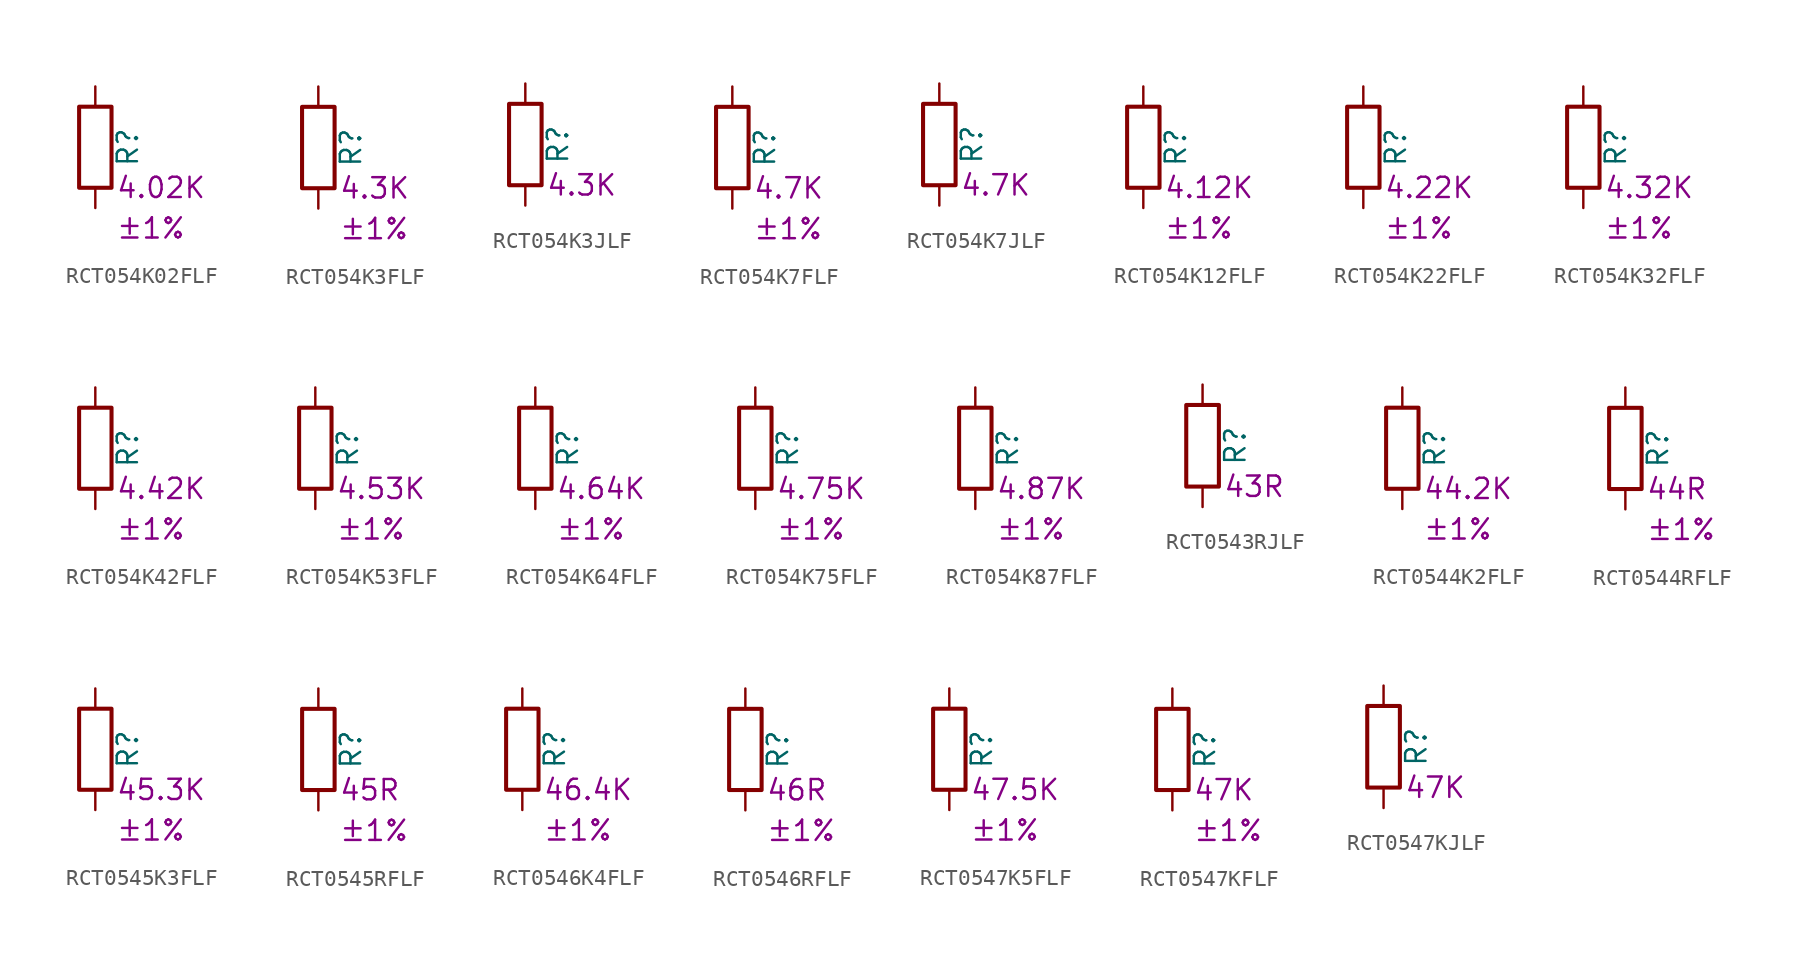
<source format=kicad_sym>
(kicad_symbol_lib
  (version 20220914)
  (generator kicad_symbol_editor)
  (symbol "RCT054K02FLF"
    (pin_numbers hide)
    (pin_names
      (offset 0))
    (property "Reference" "R"
      (at 2.032 0 90)
      (effects (font (size 1.27 1.27))))
    (property "Resistance" "4.02K"
      (at 1.27 -2.54 0)
      (effects (font (size 1.27 1.27)) (justify left)))
    (property "Tolerance" "±1%"
      (at 1.27 -5.08 0)
      (effects (font (size 1.27 1.27)) (justify left)))
    (symbol "RCT054K02FLF_0_1"
      (rectangle (start -1.016 -2.54) (end 1.016 2.54) (stroke (width 0.254) (type default)) (fill (type none))))
    (symbol "RCT054K02FLF_1_1"
      (pin passive line (at 0 3.81 270) (length 1.27) (name "~" (effects (font (size 1.27 1.27)))) (number "1" (effects (font (size 1.27 1.27)))))
      (pin passive line (at 0 -3.81 90) (length 1.27) (name "~" (effects (font (size 1.27 1.27)))) (number "2" (effects (font (size 1.27 1.27)))))))
  (symbol "RCT054K3FLF"
    (pin_numbers hide)
    (pin_names
      (offset 0))
    (property "Reference" "R"
      (at 2.032 0 90)
      (effects (font (size 1.27 1.27))))
    (property "Resistance" "4.3K"
      (at 1.27 -2.54 0)
      (effects (font (size 1.27 1.27)) (justify left)))
    (property "Tolerance" "±1%"
      (at 1.27 -5.08 0)
      (effects (font (size 1.27 1.27)) (justify left)))
    (symbol "RCT054K3FLF_0_1"
      (rectangle (start -1.016 -2.54) (end 1.016 2.54) (stroke (width 0.254) (type default)) (fill (type none))))
    (symbol "RCT054K3FLF_1_1"
      (pin passive line (at 0 3.81 270) (length 1.27) (name "~" (effects (font (size 1.27 1.27)))) (number "1" (effects (font (size 1.27 1.27)))))
      (pin passive line (at 0 -3.81 90) (length 1.27) (name "~" (effects (font (size 1.27 1.27)))) (number "2" (effects (font (size 1.27 1.27)))))))
  (symbol "RCT054K3JLF"
    (pin_numbers hide)
    (pin_names
      (offset 0))
    (property "Reference" "R"
      (at 2.032 0 90)
      (effects (font (size 1.27 1.27))))
    (property "Resistance" "4.3K"
      (at 1.27 -2.54 0)
      (effects (font (size 1.27 1.27)) (justify left)))
    (symbol "RCT054K3JLF_0_1"
      (rectangle (start -1.016 -2.54) (end 1.016 2.54) (stroke (width 0.254) (type default)) (fill (type none))))
    (symbol "RCT054K3JLF_1_1"
      (pin passive line (at 0 3.81 270) (length 1.27) (name "~" (effects (font (size 1.27 1.27)))) (number "1" (effects (font (size 1.27 1.27)))))
      (pin passive line (at 0 -3.81 90) (length 1.27) (name "~" (effects (font (size 1.27 1.27)))) (number "2" (effects (font (size 1.27 1.27)))))))
  (symbol "RCT054K7FLF"
    (pin_numbers hide)
    (pin_names
      (offset 0))
    (property "Reference" "R"
      (at 2.032 0 90)
      (effects (font (size 1.27 1.27))))
    (property "Resistance" "4.7K"
      (at 1.27 -2.54 0)
      (effects (font (size 1.27 1.27)) (justify left)))
    (property "Tolerance" "±1%"
      (at 1.27 -5.08 0)
      (effects (font (size 1.27 1.27)) (justify left)))
    (symbol "RCT054K7FLF_0_1"
      (rectangle (start -1.016 -2.54) (end 1.016 2.54) (stroke (width 0.254) (type default)) (fill (type none))))
    (symbol "RCT054K7FLF_1_1"
      (pin passive line (at 0 3.81 270) (length 1.27) (name "~" (effects (font (size 1.27 1.27)))) (number "1" (effects (font (size 1.27 1.27)))))
      (pin passive line (at 0 -3.81 90) (length 1.27) (name "~" (effects (font (size 1.27 1.27)))) (number "2" (effects (font (size 1.27 1.27)))))))
  (symbol "RCT054K7JLF"
    (pin_numbers hide)
    (pin_names
      (offset 0))
    (property "Reference" "R"
      (at 2.032 0 90)
      (effects (font (size 1.27 1.27))))
    (property "Resistance" "4.7K"
      (at 1.27 -2.54 0)
      (effects (font (size 1.27 1.27)) (justify left)))
    (symbol "RCT054K7JLF_0_1"
      (rectangle (start -1.016 -2.54) (end 1.016 2.54) (stroke (width 0.254) (type default)) (fill (type none))))
    (symbol "RCT054K7JLF_1_1"
      (pin passive line (at 0 3.81 270) (length 1.27) (name "~" (effects (font (size 1.27 1.27)))) (number "1" (effects (font (size 1.27 1.27)))))
      (pin passive line (at 0 -3.81 90) (length 1.27) (name "~" (effects (font (size 1.27 1.27)))) (number "2" (effects (font (size 1.27 1.27)))))))
  (symbol "RCT054K12FLF"
    (pin_numbers hide)
    (pin_names
      (offset 0))
    (property "Reference" "R"
      (at 2.032 0 90)
      (effects (font (size 1.27 1.27))))
    (property "Resistance" "4.12K"
      (at 1.27 -2.54 0)
      (effects (font (size 1.27 1.27)) (justify left)))
    (property "Tolerance" "±1%"
      (at 1.27 -5.08 0)
      (effects (font (size 1.27 1.27)) (justify left)))
    (symbol "RCT054K12FLF_0_1"
      (rectangle (start -1.016 -2.54) (end 1.016 2.54) (stroke (width 0.254) (type default)) (fill (type none))))
    (symbol "RCT054K12FLF_1_1"
      (pin passive line (at 0 3.81 270) (length 1.27) (name "~" (effects (font (size 1.27 1.27)))) (number "1" (effects (font (size 1.27 1.27)))))
      (pin passive line (at 0 -3.81 90) (length 1.27) (name "~" (effects (font (size 1.27 1.27)))) (number "2" (effects (font (size 1.27 1.27)))))))
  (symbol "RCT054K22FLF"
    (pin_numbers hide)
    (pin_names
      (offset 0))
    (property "Reference" "R"
      (at 2.032 0 90)
      (effects (font (size 1.27 1.27))))
    (property "Resistance" "4.22K"
      (at 1.27 -2.54 0)
      (effects (font (size 1.27 1.27)) (justify left)))
    (property "Tolerance" "±1%"
      (at 1.27 -5.08 0)
      (effects (font (size 1.27 1.27)) (justify left)))
    (symbol "RCT054K22FLF_0_1"
      (rectangle (start -1.016 -2.54) (end 1.016 2.54) (stroke (width 0.254) (type default)) (fill (type none))))
    (symbol "RCT054K22FLF_1_1"
      (pin passive line (at 0 3.81 270) (length 1.27) (name "~" (effects (font (size 1.27 1.27)))) (number "1" (effects (font (size 1.27 1.27)))))
      (pin passive line (at 0 -3.81 90) (length 1.27) (name "~" (effects (font (size 1.27 1.27)))) (number "2" (effects (font (size 1.27 1.27)))))))
  (symbol "RCT054K32FLF"
    (pin_numbers hide)
    (pin_names
      (offset 0))
    (property "Reference" "R"
      (at 2.032 0 90)
      (effects (font (size 1.27 1.27))))
    (property "Resistance" "4.32K"
      (at 1.27 -2.54 0)
      (effects (font (size 1.27 1.27)) (justify left)))
    (property "Tolerance" "±1%"
      (at 1.27 -5.08 0)
      (effects (font (size 1.27 1.27)) (justify left)))
    (symbol "RCT054K32FLF_0_1"
      (rectangle (start -1.016 -2.54) (end 1.016 2.54) (stroke (width 0.254) (type default)) (fill (type none))))
    (symbol "RCT054K32FLF_1_1"
      (pin passive line (at 0 3.81 270) (length 1.27) (name "~" (effects (font (size 1.27 1.27)))) (number "1" (effects (font (size 1.27 1.27)))))
      (pin passive line (at 0 -3.81 90) (length 1.27) (name "~" (effects (font (size 1.27 1.27)))) (number "2" (effects (font (size 1.27 1.27)))))))
  (symbol "RCT054K42FLF"
    (pin_numbers hide)
    (pin_names
      (offset 0))
    (property "Reference" "R"
      (at 2.032 0 90)
      (effects (font (size 1.27 1.27))))
    (property "Resistance" "4.42K"
      (at 1.27 -2.54 0)
      (effects (font (size 1.27 1.27)) (justify left)))
    (property "Tolerance" "±1%"
      (at 1.27 -5.08 0)
      (effects (font (size 1.27 1.27)) (justify left)))
    (symbol "RCT054K42FLF_0_1"
      (rectangle (start -1.016 -2.54) (end 1.016 2.54) (stroke (width 0.254) (type default)) (fill (type none))))
    (symbol "RCT054K42FLF_1_1"
      (pin passive line (at 0 3.81 270) (length 1.27) (name "~" (effects (font (size 1.27 1.27)))) (number "1" (effects (font (size 1.27 1.27)))))
      (pin passive line (at 0 -3.81 90) (length 1.27) (name "~" (effects (font (size 1.27 1.27)))) (number "2" (effects (font (size 1.27 1.27)))))))
  (symbol "RCT054K53FLF"
    (pin_numbers hide)
    (pin_names
      (offset 0))
    (property "Reference" "R"
      (at 2.032 0 90)
      (effects (font (size 1.27 1.27))))
    (property "Resistance" "4.53K"
      (at 1.27 -2.54 0)
      (effects (font (size 1.27 1.27)) (justify left)))
    (property "Tolerance" "±1%"
      (at 1.27 -5.08 0)
      (effects (font (size 1.27 1.27)) (justify left)))
    (symbol "RCT054K53FLF_0_1"
      (rectangle (start -1.016 -2.54) (end 1.016 2.54) (stroke (width 0.254) (type default)) (fill (type none))))
    (symbol "RCT054K53FLF_1_1"
      (pin passive line (at 0 3.81 270) (length 1.27) (name "~" (effects (font (size 1.27 1.27)))) (number "1" (effects (font (size 1.27 1.27)))))
      (pin passive line (at 0 -3.81 90) (length 1.27) (name "~" (effects (font (size 1.27 1.27)))) (number "2" (effects (font (size 1.27 1.27)))))))
  (symbol "RCT054K64FLF"
    (pin_numbers hide)
    (pin_names
      (offset 0))
    (property "Reference" "R"
      (at 2.032 0 90)
      (effects (font (size 1.27 1.27))))
    (property "Resistance" "4.64K"
      (at 1.27 -2.54 0)
      (effects (font (size 1.27 1.27)) (justify left)))
    (property "Tolerance" "±1%"
      (at 1.27 -5.08 0)
      (effects (font (size 1.27 1.27)) (justify left)))
    (symbol "RCT054K64FLF_0_1"
      (rectangle (start -1.016 -2.54) (end 1.016 2.54) (stroke (width 0.254) (type default)) (fill (type none))))
    (symbol "RCT054K64FLF_1_1"
      (pin passive line (at 0 3.81 270) (length 1.27) (name "~" (effects (font (size 1.27 1.27)))) (number "1" (effects (font (size 1.27 1.27)))))
      (pin passive line (at 0 -3.81 90) (length 1.27) (name "~" (effects (font (size 1.27 1.27)))) (number "2" (effects (font (size 1.27 1.27)))))))
  (symbol "RCT054K75FLF"
    (pin_numbers hide)
    (pin_names
      (offset 0))
    (property "Reference" "R"
      (at 2.032 0 90)
      (effects (font (size 1.27 1.27))))
    (property "Resistance" "4.75K"
      (at 1.27 -2.54 0)
      (effects (font (size 1.27 1.27)) (justify left)))
    (property "Tolerance" "±1%"
      (at 1.27 -5.08 0)
      (effects (font (size 1.27 1.27)) (justify left)))
    (symbol "RCT054K75FLF_0_1"
      (rectangle (start -1.016 -2.54) (end 1.016 2.54) (stroke (width 0.254) (type default)) (fill (type none))))
    (symbol "RCT054K75FLF_1_1"
      (pin passive line (at 0 3.81 270) (length 1.27) (name "~" (effects (font (size 1.27 1.27)))) (number "1" (effects (font (size 1.27 1.27)))))
      (pin passive line (at 0 -3.81 90) (length 1.27) (name "~" (effects (font (size 1.27 1.27)))) (number "2" (effects (font (size 1.27 1.27)))))))
  (symbol "RCT054K87FLF"
    (pin_numbers hide)
    (pin_names
      (offset 0))
    (property "Reference" "R"
      (at 2.032 0 90)
      (effects (font (size 1.27 1.27))))
    (property "Resistance" "4.87K"
      (at 1.27 -2.54 0)
      (effects (font (size 1.27 1.27)) (justify left)))
    (property "Tolerance" "±1%"
      (at 1.27 -5.08 0)
      (effects (font (size 1.27 1.27)) (justify left)))
    (symbol "RCT054K87FLF_0_1"
      (rectangle (start -1.016 -2.54) (end 1.016 2.54) (stroke (width 0.254) (type default)) (fill (type none))))
    (symbol "RCT054K87FLF_1_1"
      (pin passive line (at 0 3.81 270) (length 1.27) (name "~" (effects (font (size 1.27 1.27)))) (number "1" (effects (font (size 1.27 1.27)))))
      (pin passive line (at 0 -3.81 90) (length 1.27) (name "~" (effects (font (size 1.27 1.27)))) (number "2" (effects (font (size 1.27 1.27)))))))
  (symbol "RCT0543RJLF"
    (pin_numbers hide)
    (pin_names
      (offset 0))
    (property "Reference" "R"
      (at 2.032 0 90)
      (effects (font (size 1.27 1.27))))
    (property "Resistance" "43R"
      (at 1.27 -2.54 0)
      (effects (font (size 1.27 1.27)) (justify left)))
    (symbol "RCT0543RJLF_0_1"
      (rectangle (start -1.016 -2.54) (end 1.016 2.54) (stroke (width 0.254) (type default)) (fill (type none))))
    (symbol "RCT0543RJLF_1_1"
      (pin passive line (at 0 3.81 270) (length 1.27) (name "~" (effects (font (size 1.27 1.27)))) (number "1" (effects (font (size 1.27 1.27)))))
      (pin passive line (at 0 -3.81 90) (length 1.27) (name "~" (effects (font (size 1.27 1.27)))) (number "2" (effects (font (size 1.27 1.27)))))))
  (symbol "RCT0544K2FLF"
    (pin_numbers hide)
    (pin_names
      (offset 0))
    (property "Reference" "R"
      (at 2.032 0 90)
      (effects (font (size 1.27 1.27))))
    (property "Resistance" "44.2K"
      (at 1.27 -2.54 0)
      (effects (font (size 1.27 1.27)) (justify left)))
    (property "Tolerance" "±1%"
      (at 1.27 -5.08 0)
      (effects (font (size 1.27 1.27)) (justify left)))
    (symbol "RCT0544K2FLF_0_1"
      (rectangle (start -1.016 -2.54) (end 1.016 2.54) (stroke (width 0.254) (type default)) (fill (type none))))
    (symbol "RCT0544K2FLF_1_1"
      (pin passive line (at 0 3.81 270) (length 1.27) (name "~" (effects (font (size 1.27 1.27)))) (number "1" (effects (font (size 1.27 1.27)))))
      (pin passive line (at 0 -3.81 90) (length 1.27) (name "~" (effects (font (size 1.27 1.27)))) (number "2" (effects (font (size 1.27 1.27)))))))
  (symbol "RCT0544RFLF"
    (pin_numbers hide)
    (pin_names
      (offset 0))
    (property "Reference" "R"
      (at 2.032 0 90)
      (effects (font (size 1.27 1.27))))
    (property "Resistance" "44R"
      (at 1.27 -2.54 0)
      (effects (font (size 1.27 1.27)) (justify left)))
    (property "Tolerance" "±1%"
      (at 1.27 -5.08 0)
      (effects (font (size 1.27 1.27)) (justify left)))
    (symbol "RCT0544RFLF_0_1"
      (rectangle (start -1.016 -2.54) (end 1.016 2.54) (stroke (width 0.254) (type default)) (fill (type none))))
    (symbol "RCT0544RFLF_1_1"
      (pin passive line (at 0 3.81 270) (length 1.27) (name "~" (effects (font (size 1.27 1.27)))) (number "1" (effects (font (size 1.27 1.27)))))
      (pin passive line (at 0 -3.81 90) (length 1.27) (name "~" (effects (font (size 1.27 1.27)))) (number "2" (effects (font (size 1.27 1.27)))))))
  (symbol "RCT0545K3FLF"
    (pin_numbers hide)
    (pin_names
      (offset 0))
    (property "Reference" "R"
      (at 2.032 0 90)
      (effects (font (size 1.27 1.27))))
    (property "Resistance" "45.3K"
      (at 1.27 -2.54 0)
      (effects (font (size 1.27 1.27)) (justify left)))
    (property "Tolerance" "±1%"
      (at 1.27 -5.08 0)
      (effects (font (size 1.27 1.27)) (justify left)))
    (symbol "RCT0545K3FLF_0_1"
      (rectangle (start -1.016 -2.54) (end 1.016 2.54) (stroke (width 0.254) (type default)) (fill (type none))))
    (symbol "RCT0545K3FLF_1_1"
      (pin passive line (at 0 3.81 270) (length 1.27) (name "~" (effects (font (size 1.27 1.27)))) (number "1" (effects (font (size 1.27 1.27)))))
      (pin passive line (at 0 -3.81 90) (length 1.27) (name "~" (effects (font (size 1.27 1.27)))) (number "2" (effects (font (size 1.27 1.27)))))))
  (symbol "RCT0545RFLF"
    (pin_numbers hide)
    (pin_names
      (offset 0))
    (property "Reference" "R"
      (at 2.032 0 90)
      (effects (font (size 1.27 1.27))))
    (property "Resistance" "45R"
      (at 1.27 -2.54 0)
      (effects (font (size 1.27 1.27)) (justify left)))
    (property "Tolerance" "±1%"
      (at 1.27 -5.08 0)
      (effects (font (size 1.27 1.27)) (justify left)))
    (symbol "RCT0545RFLF_0_1"
      (rectangle (start -1.016 -2.54) (end 1.016 2.54) (stroke (width 0.254) (type default)) (fill (type none))))
    (symbol "RCT0545RFLF_1_1"
      (pin passive line (at 0 3.81 270) (length 1.27) (name "~" (effects (font (size 1.27 1.27)))) (number "1" (effects (font (size 1.27 1.27)))))
      (pin passive line (at 0 -3.81 90) (length 1.27) (name "~" (effects (font (size 1.27 1.27)))) (number "2" (effects (font (size 1.27 1.27)))))))
  (symbol "RCT0546K4FLF"
    (pin_numbers hide)
    (pin_names
      (offset 0))
    (property "Reference" "R"
      (at 2.032 0 90)
      (effects (font (size 1.27 1.27))))
    (property "Resistance" "46.4K"
      (at 1.27 -2.54 0)
      (effects (font (size 1.27 1.27)) (justify left)))
    (property "Tolerance" "±1%"
      (at 1.27 -5.08 0)
      (effects (font (size 1.27 1.27)) (justify left)))
    (symbol "RCT0546K4FLF_0_1"
      (rectangle (start -1.016 -2.54) (end 1.016 2.54) (stroke (width 0.254) (type default)) (fill (type none))))
    (symbol "RCT0546K4FLF_1_1"
      (pin passive line (at 0 3.81 270) (length 1.27) (name "~" (effects (font (size 1.27 1.27)))) (number "1" (effects (font (size 1.27 1.27)))))
      (pin passive line (at 0 -3.81 90) (length 1.27) (name "~" (effects (font (size 1.27 1.27)))) (number "2" (effects (font (size 1.27 1.27)))))))
  (symbol "RCT0546RFLF"
    (pin_numbers hide)
    (pin_names
      (offset 0))
    (property "Reference" "R"
      (at 2.032 0 90)
      (effects (font (size 1.27 1.27))))
    (property "Resistance" "46R"
      (at 1.27 -2.54 0)
      (effects (font (size 1.27 1.27)) (justify left)))
    (property "Tolerance" "±1%"
      (at 1.27 -5.08 0)
      (effects (font (size 1.27 1.27)) (justify left)))
    (symbol "RCT0546RFLF_0_1"
      (rectangle (start -1.016 -2.54) (end 1.016 2.54) (stroke (width 0.254) (type default)) (fill (type none))))
    (symbol "RCT0546RFLF_1_1"
      (pin passive line (at 0 3.81 270) (length 1.27) (name "~" (effects (font (size 1.27 1.27)))) (number "1" (effects (font (size 1.27 1.27)))))
      (pin passive line (at 0 -3.81 90) (length 1.27) (name "~" (effects (font (size 1.27 1.27)))) (number "2" (effects (font (size 1.27 1.27)))))))
  (symbol "RCT0547K5FLF"
    (pin_numbers hide)
    (pin_names
      (offset 0))
    (property "Reference" "R"
      (at 2.032 0 90)
      (effects (font (size 1.27 1.27))))
    (property "Resistance" "47.5K"
      (at 1.27 -2.54 0)
      (effects (font (size 1.27 1.27)) (justify left)))
    (property "Tolerance" "±1%"
      (at 1.27 -5.08 0)
      (effects (font (size 1.27 1.27)) (justify left)))
    (symbol "RCT0547K5FLF_0_1"
      (rectangle (start -1.016 -2.54) (end 1.016 2.54) (stroke (width 0.254) (type default)) (fill (type none))))
    (symbol "RCT0547K5FLF_1_1"
      (pin passive line (at 0 3.81 270) (length 1.27) (name "~" (effects (font (size 1.27 1.27)))) (number "1" (effects (font (size 1.27 1.27)))))
      (pin passive line (at 0 -3.81 90) (length 1.27) (name "~" (effects (font (size 1.27 1.27)))) (number "2" (effects (font (size 1.27 1.27)))))))
  (symbol "RCT0547KFLF"
    (pin_numbers hide)
    (pin_names
      (offset 0))
    (property "Reference" "R"
      (at 2.032 0 90)
      (effects (font (size 1.27 1.27))))
    (property "Resistance" "47K"
      (at 1.27 -2.54 0)
      (effects (font (size 1.27 1.27)) (justify left)))
    (property "Tolerance" "±1%"
      (at 1.27 -5.08 0)
      (effects (font (size 1.27 1.27)) (justify left)))
    (symbol "RCT0547KFLF_0_1"
      (rectangle (start -1.016 -2.54) (end 1.016 2.54) (stroke (width 0.254) (type default)) (fill (type none))))
    (symbol "RCT0547KFLF_1_1"
      (pin passive line (at 0 3.81 270) (length 1.27) (name "~" (effects (font (size 1.27 1.27)))) (number "1" (effects (font (size 1.27 1.27)))))
      (pin passive line (at 0 -3.81 90) (length 1.27) (name "~" (effects (font (size 1.27 1.27)))) (number "2" (effects (font (size 1.27 1.27)))))))
  (symbol "RCT0547KJLF"
    (pin_numbers hide)
    (pin_names
      (offset 0))
    (property "Reference" "R"
      (at 2.032 0 90)
      (effects (font (size 1.27 1.27))))
    (property "Resistance" "47K"
      (at 1.27 -2.54 0)
      (effects (font (size 1.27 1.27)) (justify left)))
    (symbol "RCT0547KJLF_0_1"
      (rectangle (start -1.016 -2.54) (end 1.016 2.54) (stroke (width 0.254) (type default)) (fill (type none))))
    (symbol "RCT0547KJLF_1_1"
      (pin passive line (at 0 3.81 270) (length 1.27) (name "~" (effects (font (size 1.27 1.27)))) (number "1" (effects (font (size 1.27 1.27)))))
      (pin passive line (at 0 -3.81 90) (length 1.27) (name "~" (effects (font (size 1.27 1.27)))) (number "2" (effects (font (size 1.27 1.27))))))))
</source>
